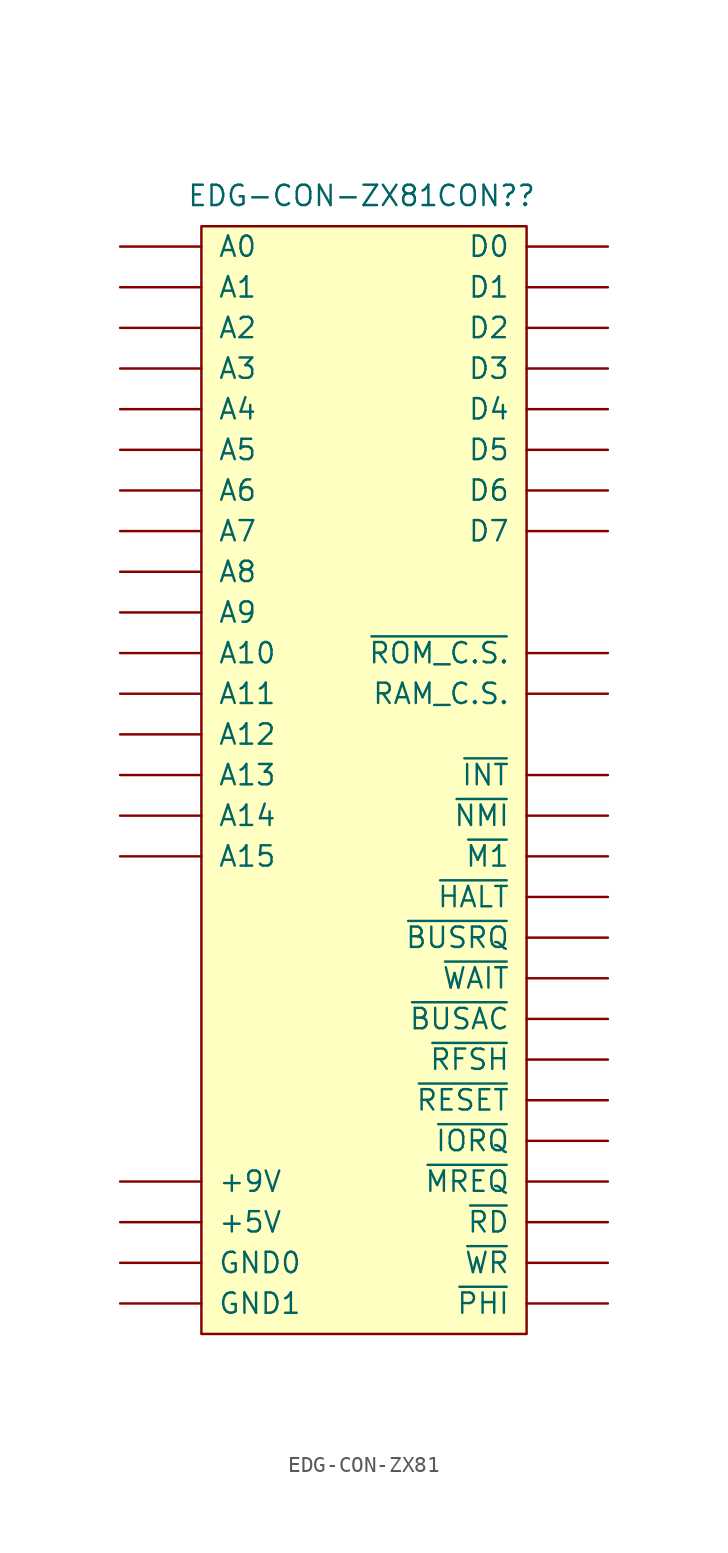
<source format=kicad_sym>
(kicad_symbol_lib
  (version 20211014)
  (generator kicad_symbol_editor)
  (symbol "EDG-CON-ZX81"
    (pin_names
      (offset 1.016))
    (property "Reference" "CON?"
      (at 7.62 36.195 0)
      (effects (font (size 1.27 1.27))))
    (property "Value" "EDG-CON-ZX81"
      (at -3.175 36.195 0)
      (effects (font (size 1.27 1.27))))
    (symbol "EDG-CON-ZX81_0_0"
      (pin bidirectional line (at 15.24 5.08 180) (length 5.08) (name "RAM_C.S." (effects (font (size 1.27 1.27)))) (number "RAM_C.S." (effects (font (size 0 0)))))
      (pin bidirectional line (at 15.24 7.62 180) (length 5.08) (name "~{ROM_C.S.}" (effects (font (size 1.27 1.27)))) (number "~{ROM_C.S.}" (effects (font (size 0 0))))))
    (symbol "EDG-CON-ZX81_1_0"
      (rectangle (start -10.16 34.29) (end 10.16 -34.925) (stroke (width 0) (type default) (color 0 0 0 0)) (fill (type background)))
      (pin power_in line (at -15.24 -27.94 0) (length 5.08) (name "+5V" (effects (font (size 1.27 1.27)))) (number "+5V" (effects (font (size 0 0)))))
      (pin power_in line (at -15.24 -25.4 0) (length 5.08) (name "+9V" (effects (font (size 1.27 1.27)))) (number "+9V" (effects (font (size 0 0)))))
      (pin bidirectional line (at -15.24 33.02 0) (length 5.08) (name "A0" (effects (font (size 1.27 1.27)))) (number "A0" (effects (font (size 0 0)))))
      (pin bidirectional line (at -15.24 30.48 0) (length 5.08) (name "A1" (effects (font (size 1.27 1.27)))) (number "A1" (effects (font (size 0 0)))))
      (pin bidirectional line (at -15.24 7.62 0) (length 5.08) (name "A10" (effects (font (size 1.27 1.27)))) (number "A10" (effects (font (size 0 0)))))
      (pin bidirectional line (at -15.24 5.08 0) (length 5.08) (name "A11" (effects (font (size 1.27 1.27)))) (number "A11" (effects (font (size 0 0)))))
      (pin bidirectional line (at -15.24 2.54 0) (length 5.08) (name "A12" (effects (font (size 1.27 1.27)))) (number "A12" (effects (font (size 0 0)))))
      (pin bidirectional line (at -15.24 0 0) (length 5.08) (name "A13" (effects (font (size 1.27 1.27)))) (number "A13" (effects (font (size 0 0)))))
      (pin bidirectional line (at -15.24 -2.54 0) (length 5.08) (name "A14" (effects (font (size 1.27 1.27)))) (number "A14" (effects (font (size 0 0)))))
      (pin bidirectional line (at -15.24 -5.08 0) (length 5.08) (name "A15" (effects (font (size 1.27 1.27)))) (number "A15" (effects (font (size 0 0)))))
      (pin bidirectional line (at -15.24 27.94 0) (length 5.08) (name "A2" (effects (font (size 1.27 1.27)))) (number "A2" (effects (font (size 0 0)))))
      (pin bidirectional line (at -15.24 25.4 0) (length 5.08) (name "A3" (effects (font (size 1.27 1.27)))) (number "A3" (effects (font (size 0 0)))))
      (pin bidirectional line (at -15.24 22.86 0) (length 5.08) (name "A4" (effects (font (size 1.27 1.27)))) (number "A4" (effects (font (size 0 0)))))
      (pin bidirectional line (at -15.24 20.32 0) (length 5.08) (name "A5" (effects (font (size 1.27 1.27)))) (number "A5" (effects (font (size 0 0)))))
      (pin bidirectional line (at -15.24 17.78 0) (length 5.08) (name "A6" (effects (font (size 1.27 1.27)))) (number "A6" (effects (font (size 0 0)))))
      (pin bidirectional line (at -15.24 15.24 0) (length 5.08) (name "A7" (effects (font (size 1.27 1.27)))) (number "A7" (effects (font (size 0 0)))))
      (pin bidirectional line (at -15.24 12.7 0) (length 5.08) (name "A8" (effects (font (size 1.27 1.27)))) (number "A8" (effects (font (size 0 0)))))
      (pin bidirectional line (at -15.24 10.16 0) (length 5.08) (name "A9" (effects (font (size 1.27 1.27)))) (number "A9" (effects (font (size 0 0)))))
      (pin bidirectional line (at 15.24 33.02 180) (length 5.08) (name "D0" (effects (font (size 1.27 1.27)))) (number "D0" (effects (font (size 0 0)))))
      (pin bidirectional line (at 15.24 30.48 180) (length 5.08) (name "D1" (effects (font (size 1.27 1.27)))) (number "D1" (effects (font (size 0 0)))))
      (pin bidirectional line (at 15.24 27.94 180) (length 5.08) (name "D2" (effects (font (size 1.27 1.27)))) (number "D2" (effects (font (size 0 0)))))
      (pin bidirectional line (at 15.24 25.4 180) (length 5.08) (name "D3" (effects (font (size 1.27 1.27)))) (number "D3" (effects (font (size 0 0)))))
      (pin bidirectional line (at 15.24 22.86 180) (length 5.08) (name "D4" (effects (font (size 1.27 1.27)))) (number "D4" (effects (font (size 0 0)))))
      (pin bidirectional line (at 15.24 20.32 180) (length 5.08) (name "D5" (effects (font (size 1.27 1.27)))) (number "D5" (effects (font (size 0 0)))))
      (pin bidirectional line (at 15.24 17.78 180) (length 5.08) (name "D6" (effects (font (size 1.27 1.27)))) (number "D6" (effects (font (size 0 0)))))
      (pin bidirectional line (at 15.24 15.24 180) (length 5.08) (name "D7" (effects (font (size 1.27 1.27)))) (number "D7" (effects (font (size 0 0)))))
      (pin power_in line (at -15.24 -30.48 0) (length 5.08) (name "GND0" (effects (font (size 1.27 1.27)))) (number "GND0" (effects (font (size 0 0)))))
      (pin power_in line (at -15.24 -33.02 0) (length 5.08) (name "GND1" (effects (font (size 1.27 1.27)))) (number "GND1" (effects (font (size 0 0)))))
      (pin bidirectional line (at 15.24 -15.24 180) (length 5.08) (name "~{BUSAC}" (effects (font (size 1.27 1.27)))) (number "~{BUSAC}" (effects (font (size 0 0)))))
      (pin bidirectional line (at 15.24 -10.16 180) (length 5.08) (name "~{BUSRQ}" (effects (font (size 1.27 1.27)))) (number "~{BUSRQ}" (effects (font (size 0 0)))))
      (pin bidirectional line (at 15.24 -7.62 180) (length 5.08) (name "~{HALT}" (effects (font (size 1.27 1.27)))) (number "~{HALT}" (effects (font (size 0 0)))))
      (pin bidirectional line (at 15.24 0 180) (length 5.08) (name "~{INT}" (effects (font (size 1.27 1.27)))) (number "~{INT}" (effects (font (size 0 0)))))
      (pin bidirectional line (at 15.24 -22.86 180) (length 5.08) (name "~{IORQ}" (effects (font (size 1.27 1.27)))) (number "~{IORQ}" (effects (font (size 0 0)))))
      (pin bidirectional line (at 15.24 -5.08 180) (length 5.08) (name "~{M1}" (effects (font (size 1.27 1.27)))) (number "~{M1}" (effects (font (size 0 0)))))
      (pin bidirectional line (at 15.24 -25.4 180) (length 5.08) (name "~{MREQ}" (effects (font (size 1.27 1.27)))) (number "~{MREQ}" (effects (font (size 0 0)))))
      (pin passive line (at 15.24 -2.54 180) (length 5.08) (name "~{NMI}" (effects (font (size 1.27 1.27)))) (number "~{NMI}" (effects (font (size 0 0)))))
      (pin bidirectional line (at 15.24 -33.02 180) (length 5.08) (name "~{PHI}" (effects (font (size 1.27 1.27)))) (number "~{PHI}" (effects (font (size 0 0)))))
      (pin bidirectional line (at 15.24 -27.94 180) (length 5.08) (name "~{RD}" (effects (font (size 1.27 1.27)))) (number "~{RD}" (effects (font (size 0 0)))))
      (pin bidirectional line (at 15.24 -20.32 180) (length 5.08) (name "~{RESET}" (effects (font (size 1.27 1.27)))) (number "~{RESET}" (effects (font (size 0 0)))))
      (pin bidirectional line (at 15.24 -17.78 180) (length 5.08) (name "~{RFSH}" (effects (font (size 1.27 1.27)))) (number "~{RFSH}" (effects (font (size 0 0)))))
      (pin bidirectional line (at 15.24 -12.7 180) (length 5.08) (name "~{WAIT}" (effects (font (size 1.27 1.27)))) (number "~{WAIT}" (effects (font (size 0 0)))))
      (pin bidirectional line (at 15.24 -30.48 180) (length 5.08) (name "~{WR}" (effects (font (size 1.27 1.27)))) (number "~{WR}" (effects (font (size 0 0))))))))
</source>
